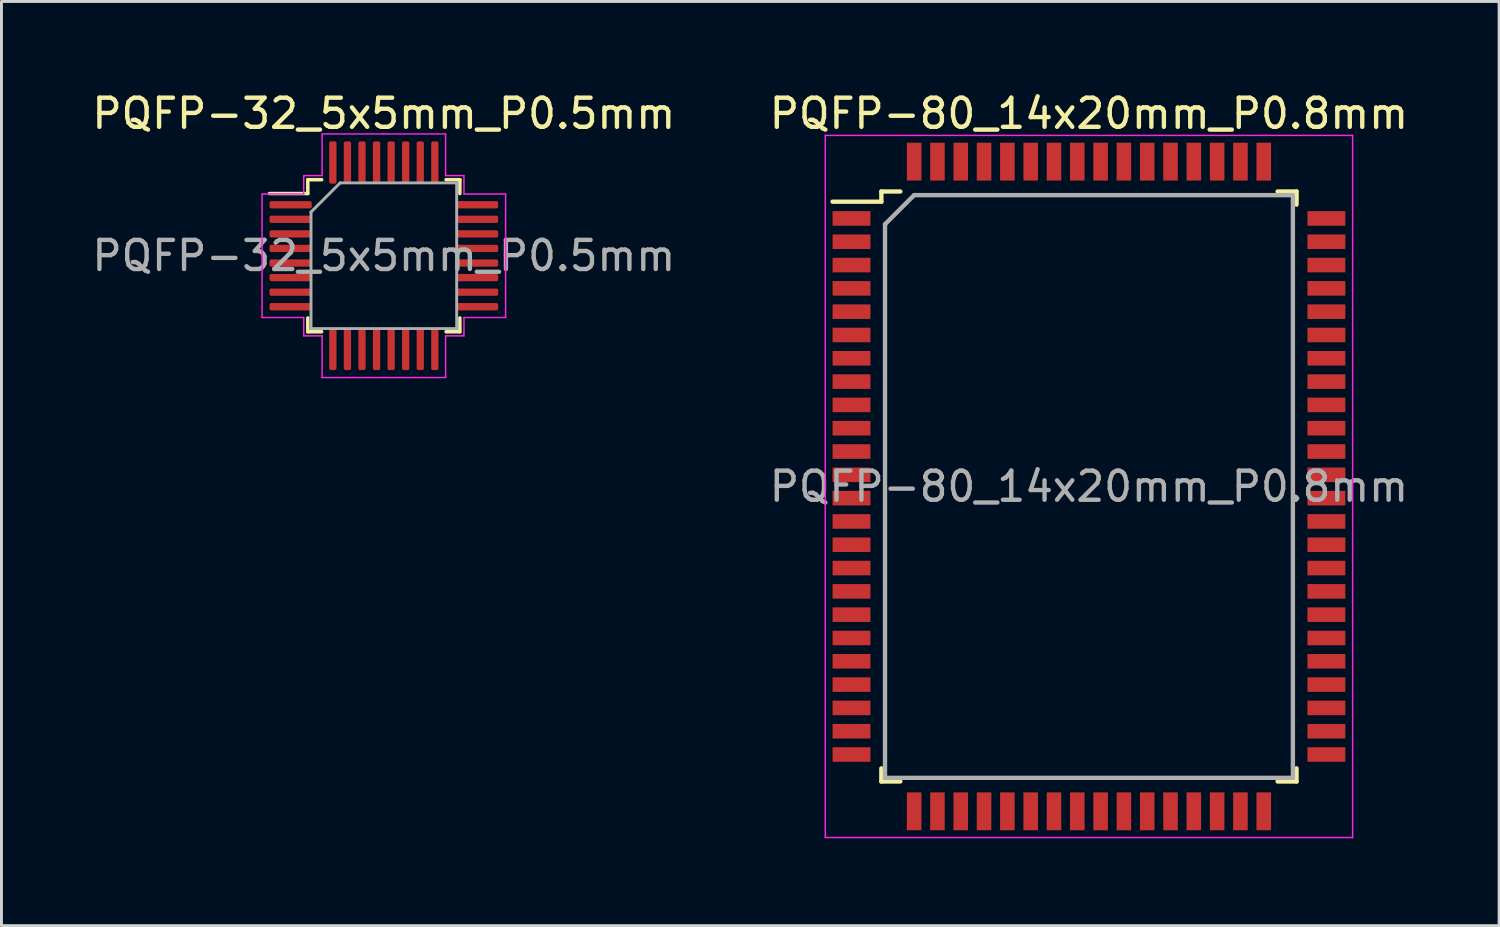
<source format=kicad_pcb>
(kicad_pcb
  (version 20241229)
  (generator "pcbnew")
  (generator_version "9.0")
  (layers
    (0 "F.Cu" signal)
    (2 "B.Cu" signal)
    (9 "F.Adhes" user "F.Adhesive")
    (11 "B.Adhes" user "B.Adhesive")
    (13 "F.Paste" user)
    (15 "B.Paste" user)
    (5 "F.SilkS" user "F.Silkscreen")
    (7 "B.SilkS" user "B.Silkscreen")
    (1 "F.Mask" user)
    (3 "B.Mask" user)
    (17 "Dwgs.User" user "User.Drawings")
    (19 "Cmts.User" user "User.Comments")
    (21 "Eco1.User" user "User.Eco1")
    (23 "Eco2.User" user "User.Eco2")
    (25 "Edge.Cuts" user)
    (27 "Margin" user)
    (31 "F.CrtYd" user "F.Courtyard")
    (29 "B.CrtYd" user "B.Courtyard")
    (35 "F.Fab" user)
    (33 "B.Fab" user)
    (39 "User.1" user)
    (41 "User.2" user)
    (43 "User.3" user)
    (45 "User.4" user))
  (footprint "PQFP-32_5x5mm_P0.5mm"
    (layer "F.Cu")
    (at 10.125 5.728)
    (property "Reference" "PQFP-32_5x5mm_P0.5mm" (at 0 -4.88 0) (layer "F.SilkS") (effects (font (size 1 1) (thickness 0.15))))
    (attr smd)
    (fp_line (start -2.61 -2.61) (end -2.61 -2.135) (stroke (width 0.12) (type solid)) (layer "F.SilkS"))
    (fp_line (start -2.61 -2.135) (end -3.925 -2.135) (stroke (width 0.12) (type solid)) (layer "F.SilkS"))
    (fp_line (start -2.61 2.61) (end -2.61 2.135) (stroke (width 0.12) (type solid)) (layer "F.SilkS"))
    (fp_line (start -2.135 -2.61) (end -2.61 -2.61) (stroke (width 0.12) (type solid)) (layer "F.SilkS"))
    (fp_line (start -2.135 2.61) (end -2.61 2.61) (stroke (width 0.12) (type solid)) (layer "F.SilkS"))
    (fp_line (start 2.135 -2.61) (end 2.61 -2.61) (stroke (width 0.12) (type solid)) (layer "F.SilkS"))
    (fp_line (start 2.135 2.61) (end 2.61 2.61) (stroke (width 0.12) (type solid)) (layer "F.SilkS"))
    (fp_line (start 2.61 -2.61) (end 2.61 -2.135) (stroke (width 0.12) (type solid)) (layer "F.SilkS"))
    (fp_line (start 2.61 2.61) (end 2.61 2.135) (stroke (width 0.12) (type solid)) (layer "F.SilkS"))
    (fp_line (start -4.18 -2.12) (end -4.18 0) (stroke (width 0.05) (type solid)) (layer "F.CrtYd"))
    (fp_line (start -4.18 2.12) (end -4.18 0) (stroke (width 0.05) (type solid)) (layer "F.CrtYd"))
    (fp_line (start -2.75 -2.75) (end -2.75 -2.12) (stroke (width 0.05) (type solid)) (layer "F.CrtYd"))
    (fp_line (start -2.75 -2.12) (end -4.18 -2.12) (stroke (width 0.05) (type solid)) (layer "F.CrtYd"))
    (fp_line (start -2.75 2.12) (end -4.18 2.12) (stroke (width 0.05) (type solid)) (layer "F.CrtYd"))
    (fp_line (start -2.75 2.75) (end -2.75 2.12) (stroke (width 0.05) (type solid)) (layer "F.CrtYd"))
    (fp_line (start -2.12 -4.18) (end -2.12 -2.75) (stroke (width 0.05) (type solid)) (layer "F.CrtYd"))
    (fp_line (start -2.12 -2.75) (end -2.75 -2.75) (stroke (width 0.05) (type solid)) (layer "F.CrtYd"))
    (fp_line (start -2.12 2.75) (end -2.75 2.75) (stroke (width 0.05) (type solid)) (layer "F.CrtYd"))
    (fp_line (start -2.12 4.18) (end -2.12 2.75) (stroke (width 0.05) (type solid)) (layer "F.CrtYd"))
    (fp_line (start 0 -4.18) (end -2.12 -4.18) (stroke (width 0.05) (type solid)) (layer "F.CrtYd"))
    (fp_line (start 0 -4.18) (end 2.12 -4.18) (stroke (width 0.05) (type solid)) (layer "F.CrtYd"))
    (fp_line (start 0 4.18) (end -2.12 4.18) (stroke (width 0.05) (type solid)) (layer "F.CrtYd"))
    (fp_line (start 0 4.18) (end 2.12 4.18) (stroke (width 0.05) (type solid)) (layer "F.CrtYd"))
    (fp_line (start 2.12 -4.18) (end 2.12 -2.75) (stroke (width 0.05) (type solid)) (layer "F.CrtYd"))
    (fp_line (start 2.12 -2.75) (end 2.75 -2.75) (stroke (width 0.05) (type solid)) (layer "F.CrtYd"))
    (fp_line (start 2.12 2.75) (end 2.75 2.75) (stroke (width 0.05) (type solid)) (layer "F.CrtYd"))
    (fp_line (start 2.12 4.18) (end 2.12 2.75) (stroke (width 0.05) (type solid)) (layer "F.CrtYd"))
    (fp_line (start 2.75 -2.75) (end 2.75 -2.12) (stroke (width 0.05) (type solid)) (layer "F.CrtYd"))
    (fp_line (start 2.75 -2.12) (end 4.18 -2.12) (stroke (width 0.05) (type solid)) (layer "F.CrtYd"))
    (fp_line (start 2.75 2.12) (end 4.18 2.12) (stroke (width 0.05) (type solid)) (layer "F.CrtYd"))
    (fp_line (start 2.75 2.75) (end 2.75 2.12) (stroke (width 0.05) (type solid)) (layer "F.CrtYd"))
    (fp_line (start 4.18 -2.12) (end 4.18 0) (stroke (width 0.05) (type solid)) (layer "F.CrtYd"))
    (fp_line (start 4.18 2.12) (end 4.18 0) (stroke (width 0.05) (type solid)) (layer "F.CrtYd"))
    (fp_line (start -2.5 -1.5) (end -1.5 -2.5) (stroke (width 0.1) (type solid)) (layer "F.Fab"))
    (fp_line (start -2.5 2.5) (end -2.5 -1.5) (stroke (width 0.1) (type solid)) (layer "F.Fab"))
    (fp_line (start -1.5 -2.5) (end 2.5 -2.5) (stroke (width 0.1) (type solid)) (layer "F.Fab"))
    (fp_line (start 2.5 -2.5) (end 2.5 2.5) (stroke (width 0.1) (type solid)) (layer "F.Fab"))
    (fp_line (start 2.5 2.5) (end -2.5 2.5) (stroke (width 0.1) (type solid)) (layer "F.Fab"))
    (fp_text user "${REFERENCE}" (at 0 0 0) (layer "F.Fab") (effects (font (size 1 1) (thickness 0.15))))
    (pad "1" smd roundrect (at -3.2 -1.75) (size 1.45 0.25) (layers "F.Cu" "F.Mask" "F.Paste") (roundrect_rratio 0.25))
    (pad "2" smd roundrect (at -3.2 -1.25) (size 1.45 0.25) (layers "F.Cu" "F.Mask" "F.Paste") (roundrect_rratio 0.25))
    (pad "3" smd roundrect (at -3.2 -0.75) (size 1.45 0.25) (layers "F.Cu" "F.Mask" "F.Paste") (roundrect_rratio 0.25))
    (pad "4" smd roundrect (at -3.2 -0.25) (size 1.45 0.25) (layers "F.Cu" "F.Mask" "F.Paste") (roundrect_rratio 0.25))
    (pad "5" smd roundrect (at -3.2 0.25) (size 1.45 0.25) (layers "F.Cu" "F.Mask" "F.Paste") (roundrect_rratio 0.25))
    (pad "6" smd roundrect (at -3.2 0.75) (size 1.45 0.25) (layers "F.Cu" "F.Mask" "F.Paste") (roundrect_rratio 0.25))
    (pad "7" smd roundrect (at -3.2 1.25) (size 1.45 0.25) (layers "F.Cu" "F.Mask" "F.Paste") (roundrect_rratio 0.25))
    (pad "8" smd roundrect (at -3.2 1.75) (size 1.45 0.25) (layers "F.Cu" "F.Mask" "F.Paste") (roundrect_rratio 0.25))
    (pad "9" smd roundrect (at -1.75 3.2) (size 0.25 1.45) (layers "F.Cu" "F.Mask" "F.Paste") (roundrect_rratio 0.25))
    (pad "10" smd roundrect (at -1.25 3.2) (size 0.25 1.45) (layers "F.Cu" "F.Mask" "F.Paste") (roundrect_rratio 0.25))
    (pad "11" smd roundrect (at -0.75 3.2) (size 0.25 1.45) (layers "F.Cu" "F.Mask" "F.Paste") (roundrect_rratio 0.25))
    (pad "12" smd roundrect (at -0.25 3.2) (size 0.25 1.45) (layers "F.Cu" "F.Mask" "F.Paste") (roundrect_rratio 0.25))
    (pad "13" smd roundrect (at 0.25 3.2) (size 0.25 1.45) (layers "F.Cu" "F.Mask" "F.Paste") (roundrect_rratio 0.25))
    (pad "14" smd roundrect (at 0.75 3.2) (size 0.25 1.45) (layers "F.Cu" "F.Mask" "F.Paste") (roundrect_rratio 0.25))
    (pad "15" smd roundrect (at 1.25 3.2) (size 0.25 1.45) (layers "F.Cu" "F.Mask" "F.Paste") (roundrect_rratio 0.25))
    (pad "16" smd roundrect (at 1.75 3.2) (size 0.25 1.45) (layers "F.Cu" "F.Mask" "F.Paste") (roundrect_rratio 0.25))
    (pad "17" smd roundrect (at 3.2 1.75) (size 1.45 0.25) (layers "F.Cu" "F.Mask" "F.Paste") (roundrect_rratio 0.25))
    (pad "18" smd roundrect (at 3.2 1.25) (size 1.45 0.25) (layers "F.Cu" "F.Mask" "F.Paste") (roundrect_rratio 0.25))
    (pad "19" smd roundrect (at 3.2 0.75) (size 1.45 0.25) (layers "F.Cu" "F.Mask" "F.Paste") (roundrect_rratio 0.25))
    (pad "20" smd roundrect (at 3.2 0.25) (size 1.45 0.25) (layers "F.Cu" "F.Mask" "F.Paste") (roundrect_rratio 0.25))
    (pad "21" smd roundrect (at 3.2 -0.25) (size 1.45 0.25) (layers "F.Cu" "F.Mask" "F.Paste") (roundrect_rratio 0.25))
    (pad "22" smd roundrect (at 3.2 -0.75) (size 1.45 0.25) (layers "F.Cu" "F.Mask" "F.Paste") (roundrect_rratio 0.25))
    (pad "23" smd roundrect (at 3.2 -1.25) (size 1.45 0.25) (layers "F.Cu" "F.Mask" "F.Paste") (roundrect_rratio 0.25))
    (pad "24" smd roundrect (at 3.2 -1.75) (size 1.45 0.25) (layers "F.Cu" "F.Mask" "F.Paste") (roundrect_rratio 0.25))
    (pad "25" smd roundrect (at 1.75 -3.2) (size 0.25 1.45) (layers "F.Cu" "F.Mask" "F.Paste") (roundrect_rratio 0.25))
    (pad "26" smd roundrect (at 1.25 -3.2) (size 0.25 1.45) (layers "F.Cu" "F.Mask" "F.Paste") (roundrect_rratio 0.25))
    (pad "27" smd roundrect (at 0.75 -3.2) (size 0.25 1.45) (layers "F.Cu" "F.Mask" "F.Paste") (roundrect_rratio 0.25))
    (pad "28" smd roundrect (at 0.25 -3.2) (size 0.25 1.45) (layers "F.Cu" "F.Mask" "F.Paste") (roundrect_rratio 0.25))
    (pad "29" smd roundrect (at -0.25 -3.2) (size 0.25 1.45) (layers "F.Cu" "F.Mask" "F.Paste") (roundrect_rratio 0.25))
    (pad "30" smd roundrect (at -0.75 -3.2) (size 0.25 1.45) (layers "F.Cu" "F.Mask" "F.Paste") (roundrect_rratio 0.25))
    (pad "31" smd roundrect (at -1.25 -3.2) (size 0.25 1.45) (layers "F.Cu" "F.Mask" "F.Paste") (roundrect_rratio 0.25))
    (pad "32" smd roundrect (at -1.75 -3.2) (size 0.25 1.45) (layers "F.Cu" "F.Mask" "F.Paste") (roundrect_rratio 0.25)))
  (footprint "PQFP-80_14x20mm_P0.8mm"
    (layer "F.Cu")
    (at 34.327 13.648)
    (property "Reference" "PQFP-80_14x20mm_P0.8mm" (at 0 -12.8 0) (layer "F.SilkS") (effects (font (size 1 1) (thickness 0.15))))
    (attr smd)
    (fp_line (start -7.125 -10.125) (end -7.125 -9.775) (stroke (width 0.15) (type solid)) (layer "F.SilkS"))
    (fp_line (start -7.125 -10.125) (end -6.475 -10.125) (stroke (width 0.15) (type solid)) (layer "F.SilkS"))
    (fp_line (start -7.125 -9.775) (end -8.8 -9.775) (stroke (width 0.15) (type solid)) (layer "F.SilkS"))
    (fp_line (start -7.125 10.125) (end -7.125 9.675) (stroke (width 0.15) (type solid)) (layer "F.SilkS"))
    (fp_line (start -7.125 10.125) (end -6.475 10.125) (stroke (width 0.15) (type solid)) (layer "F.SilkS"))
    (fp_line (start 7.125 -10.125) (end 6.475 -10.125) (stroke (width 0.15) (type solid)) (layer "F.SilkS"))
    (fp_line (start 7.125 -10.125) (end 7.125 -9.675) (stroke (width 0.15) (type solid)) (layer "F.SilkS"))
    (fp_line (start 7.125 10.125) (end 6.475 10.125) (stroke (width 0.15) (type solid)) (layer "F.SilkS"))
    (fp_line (start 7.125 10.125) (end 7.125 9.675) (stroke (width 0.15) (type solid)) (layer "F.SilkS"))
    (fp_line (start -9.05 -12.05) (end -9.05 12.05) (stroke (width 0.05) (type solid)) (layer "F.CrtYd"))
    (fp_line (start -9.05 -12.05) (end 9.05 -12.05) (stroke (width 0.05) (type solid)) (layer "F.CrtYd"))
    (fp_line (start -9.05 12.05) (end 9.05 12.05) (stroke (width 0.05) (type solid)) (layer "F.CrtYd"))
    (fp_line (start 9.05 -12.05) (end 9.05 12.05) (stroke (width 0.05) (type solid)) (layer "F.CrtYd"))
    (fp_line (start -7 -9) (end -6 -10) (stroke (width 0.15) (type solid)) (layer "F.Fab"))
    (fp_line (start -7 10) (end -7 -9) (stroke (width 0.15) (type solid)) (layer "F.Fab"))
    (fp_line (start -6 -10) (end 7 -10) (stroke (width 0.15) (type solid)) (layer "F.Fab"))
    (fp_line (start 7 -10) (end 7 10) (stroke (width 0.15) (type solid)) (layer "F.Fab"))
    (fp_line (start 7 10) (end -7 10) (stroke (width 0.15) (type solid)) (layer "F.Fab"))
    (fp_text user "${REFERENCE}" (at 0 0 0) (layer "F.Fab") (effects (font (size 1 1) (thickness 0.15))))
    (pad "1" smd rect (at -8.15 -9.2) (size 1.3 0.5) (layers "F.Cu" "F.Mask" "F.Paste"))
    (pad "2" smd rect (at -8.15 -8.4) (size 1.3 0.5) (layers "F.Cu" "F.Mask" "F.Paste"))
    (pad "3" smd rect (at -8.15 -7.6) (size 1.3 0.5) (layers "F.Cu" "F.Mask" "F.Paste"))
    (pad "4" smd rect (at -8.15 -6.8) (size 1.3 0.5) (layers "F.Cu" "F.Mask" "F.Paste"))
    (pad "5" smd rect (at -8.15 -6) (size 1.3 0.5) (layers "F.Cu" "F.Mask" "F.Paste"))
    (pad "6" smd rect (at -8.15 -5.2) (size 1.3 0.5) (layers "F.Cu" "F.Mask" "F.Paste"))
    (pad "7" smd rect (at -8.15 -4.4) (size 1.3 0.5) (layers "F.Cu" "F.Mask" "F.Paste"))
    (pad "8" smd rect (at -8.15 -3.6) (size 1.3 0.5) (layers "F.Cu" "F.Mask" "F.Paste"))
    (pad "9" smd rect (at -8.15 -2.8) (size 1.3 0.5) (layers "F.Cu" "F.Mask" "F.Paste"))
    (pad "10" smd rect (at -8.15 -2) (size 1.3 0.5) (layers "F.Cu" "F.Mask" "F.Paste"))
    (pad "11" smd rect (at -8.15 -1.2) (size 1.3 0.5) (layers "F.Cu" "F.Mask" "F.Paste"))
    (pad "12" smd rect (at -8.15 -0.4) (size 1.3 0.5) (layers "F.Cu" "F.Mask" "F.Paste"))
    (pad "13" smd rect (at -8.15 0.4) (size 1.3 0.5) (layers "F.Cu" "F.Mask" "F.Paste"))
    (pad "14" smd rect (at -8.15 1.2) (size 1.3 0.5) (layers "F.Cu" "F.Mask" "F.Paste"))
    (pad "15" smd rect (at -8.15 2) (size 1.3 0.5) (layers "F.Cu" "F.Mask" "F.Paste"))
    (pad "16" smd rect (at -8.15 2.8) (size 1.3 0.5) (layers "F.Cu" "F.Mask" "F.Paste"))
    (pad "17" smd rect (at -8.15 3.6) (size 1.3 0.5) (layers "F.Cu" "F.Mask" "F.Paste"))
    (pad "18" smd rect (at -8.15 4.4) (size 1.3 0.5) (layers "F.Cu" "F.Mask" "F.Paste"))
    (pad "19" smd rect (at -8.15 5.2) (size 1.3 0.5) (layers "F.Cu" "F.Mask" "F.Paste"))
    (pad "20" smd rect (at -8.15 6) (size 1.3 0.5) (layers "F.Cu" "F.Mask" "F.Paste"))
    (pad "21" smd rect (at -8.15 6.8) (size 1.3 0.5) (layers "F.Cu" "F.Mask" "F.Paste"))
    (pad "22" smd rect (at -8.15 7.6) (size 1.3 0.5) (layers "F.Cu" "F.Mask" "F.Paste"))
    (pad "23" smd rect (at -8.15 8.4) (size 1.3 0.5) (layers "F.Cu" "F.Mask" "F.Paste"))
    (pad "24" smd rect (at -8.15 9.2) (size 1.3 0.5) (layers "F.Cu" "F.Mask" "F.Paste"))
    (pad "25" smd rect (at -6 11.15 90) (size 1.3 0.5) (layers "F.Cu" "F.Mask" "F.Paste"))
    (pad "26" smd rect (at -5.2 11.15 90) (size 1.3 0.5) (layers "F.Cu" "F.Mask" "F.Paste"))
    (pad "27" smd rect (at -4.4 11.15 90) (size 1.3 0.5) (layers "F.Cu" "F.Mask" "F.Paste"))
    (pad "28" smd rect (at -3.6 11.15 90) (size 1.3 0.5) (layers "F.Cu" "F.Mask" "F.Paste"))
    (pad "29" smd rect (at -2.8 11.15 90) (size 1.3 0.5) (layers "F.Cu" "F.Mask" "F.Paste"))
    (pad "30" smd rect (at -2 11.15 90) (size 1.3 0.5) (layers "F.Cu" "F.Mask" "F.Paste"))
    (pad "31" smd rect (at -1.2 11.15 90) (size 1.3 0.5) (layers "F.Cu" "F.Mask" "F.Paste"))
    (pad "32" smd rect (at -0.4 11.15 90) (size 1.3 0.5) (layers "F.Cu" "F.Mask" "F.Paste"))
    (pad "33" smd rect (at 0.4 11.15 90) (size 1.3 0.5) (layers "F.Cu" "F.Mask" "F.Paste"))
    (pad "34" smd rect (at 1.2 11.15 90) (size 1.3 0.5) (layers "F.Cu" "F.Mask" "F.Paste"))
    (pad "35" smd rect (at 2 11.15 90) (size 1.3 0.5) (layers "F.Cu" "F.Mask" "F.Paste"))
    (pad "36" smd rect (at 2.8 11.15 90) (size 1.3 0.5) (layers "F.Cu" "F.Mask" "F.Paste"))
    (pad "37" smd rect (at 3.6 11.15 90) (size 1.3 0.5) (layers "F.Cu" "F.Mask" "F.Paste"))
    (pad "38" smd rect (at 4.4 11.15 90) (size 1.3 0.5) (layers "F.Cu" "F.Mask" "F.Paste"))
    (pad "39" smd rect (at 5.2 11.15 90) (size 1.3 0.5) (layers "F.Cu" "F.Mask" "F.Paste"))
    (pad "40" smd rect (at 6 11.15 90) (size 1.3 0.5) (layers "F.Cu" "F.Mask" "F.Paste"))
    (pad "41" smd rect (at 8.15 9.2) (size 1.3 0.5) (layers "F.Cu" "F.Mask" "F.Paste"))
    (pad "42" smd rect (at 8.15 8.4) (size 1.3 0.5) (layers "F.Cu" "F.Mask" "F.Paste"))
    (pad "43" smd rect (at 8.15 7.6) (size 1.3 0.5) (layers "F.Cu" "F.Mask" "F.Paste"))
    (pad "44" smd rect (at 8.15 6.8) (size 1.3 0.5) (layers "F.Cu" "F.Mask" "F.Paste"))
    (pad "45" smd rect (at 8.15 6) (size 1.3 0.5) (layers "F.Cu" "F.Mask" "F.Paste"))
    (pad "46" smd rect (at 8.15 5.2) (size 1.3 0.5) (layers "F.Cu" "F.Mask" "F.Paste"))
    (pad "47" smd rect (at 8.15 4.4) (size 1.3 0.5) (layers "F.Cu" "F.Mask" "F.Paste"))
    (pad "48" smd rect (at 8.15 3.6) (size 1.3 0.5) (layers "F.Cu" "F.Mask" "F.Paste"))
    (pad "49" smd rect (at 8.15 2.8) (size 1.3 0.5) (layers "F.Cu" "F.Mask" "F.Paste"))
    (pad "50" smd rect (at 8.15 2) (size 1.3 0.5) (layers "F.Cu" "F.Mask" "F.Paste"))
    (pad "51" smd rect (at 8.15 1.2) (size 1.3 0.5) (layers "F.Cu" "F.Mask" "F.Paste"))
    (pad "52" smd rect (at 8.15 0.4) (size 1.3 0.5) (layers "F.Cu" "F.Mask" "F.Paste"))
    (pad "53" smd rect (at 8.15 -0.4) (size 1.3 0.5) (layers "F.Cu" "F.Mask" "F.Paste"))
    (pad "54" smd rect (at 8.15 -1.2) (size 1.3 0.5) (layers "F.Cu" "F.Mask" "F.Paste"))
    (pad "55" smd rect (at 8.15 -2) (size 1.3 0.5) (layers "F.Cu" "F.Mask" "F.Paste"))
    (pad "56" smd rect (at 8.15 -2.8) (size 1.3 0.5) (layers "F.Cu" "F.Mask" "F.Paste"))
    (pad "57" smd rect (at 8.15 -3.6) (size 1.3 0.5) (layers "F.Cu" "F.Mask" "F.Paste"))
    (pad "58" smd rect (at 8.15 -4.4) (size 1.3 0.5) (layers "F.Cu" "F.Mask" "F.Paste"))
    (pad "59" smd rect (at 8.15 -5.2) (size 1.3 0.5) (layers "F.Cu" "F.Mask" "F.Paste"))
    (pad "60" smd rect (at 8.15 -6) (size 1.3 0.5) (layers "F.Cu" "F.Mask" "F.Paste"))
    (pad "61" smd rect (at 8.15 -6.8) (size 1.3 0.5) (layers "F.Cu" "F.Mask" "F.Paste"))
    (pad "62" smd rect (at 8.15 -7.6) (size 1.3 0.5) (layers "F.Cu" "F.Mask" "F.Paste"))
    (pad "63" smd rect (at 8.15 -8.4) (size 1.3 0.5) (layers "F.Cu" "F.Mask" "F.Paste"))
    (pad "64" smd rect (at 8.15 -9.2) (size 1.3 0.5) (layers "F.Cu" "F.Mask" "F.Paste"))
    (pad "65" smd rect (at 6 -11.15 90) (size 1.3 0.5) (layers "F.Cu" "F.Mask" "F.Paste"))
    (pad "66" smd rect (at 5.2 -11.15 90) (size 1.3 0.5) (layers "F.Cu" "F.Mask" "F.Paste"))
    (pad "67" smd rect (at 4.4 -11.15 90) (size 1.3 0.5) (layers "F.Cu" "F.Mask" "F.Paste"))
    (pad "68" smd rect (at 3.6 -11.15 90) (size 1.3 0.5) (layers "F.Cu" "F.Mask" "F.Paste"))
    (pad "69" smd rect (at 2.8 -11.15 90) (size 1.3 0.5) (layers "F.Cu" "F.Mask" "F.Paste"))
    (pad "70" smd rect (at 2 -11.15 90) (size 1.3 0.5) (layers "F.Cu" "F.Mask" "F.Paste"))
    (pad "71" smd rect (at 1.2 -11.15 90) (size 1.3 0.5) (layers "F.Cu" "F.Mask" "F.Paste"))
    (pad "72" smd rect (at 0.4 -11.15 90) (size 1.3 0.5) (layers "F.Cu" "F.Mask" "F.Paste"))
    (pad "73" smd rect (at -0.4 -11.15 90) (size 1.3 0.5) (layers "F.Cu" "F.Mask" "F.Paste"))
    (pad "74" smd rect (at -1.2 -11.15 90) (size 1.3 0.5) (layers "F.Cu" "F.Mask" "F.Paste"))
    (pad "75" smd rect (at -2 -11.15 90) (size 1.3 0.5) (layers "F.Cu" "F.Mask" "F.Paste"))
    (pad "76" smd rect (at -2.8 -11.15 90) (size 1.3 0.5) (layers "F.Cu" "F.Mask" "F.Paste"))
    (pad "77" smd rect (at -3.6 -11.15 90) (size 1.3 0.5) (layers "F.Cu" "F.Mask" "F.Paste"))
    (pad "78" smd rect (at -4.4 -11.15 90) (size 1.3 0.5) (layers "F.Cu" "F.Mask" "F.Paste"))
    (pad "79" smd rect (at -5.2 -11.15 90) (size 1.3 0.5) (layers "F.Cu" "F.Mask" "F.Paste"))
    (pad "80" smd rect (at -6 -11.15 90) (size 1.3 0.5) (layers "F.Cu" "F.Mask" "F.Paste")))
  (gr_rect
    (start -3 -3)
    (end 48.405 28.723)
    (stroke (width 0.1) (type default))
    (fill no)
    (layer "Edge.Cuts")))
</source>
